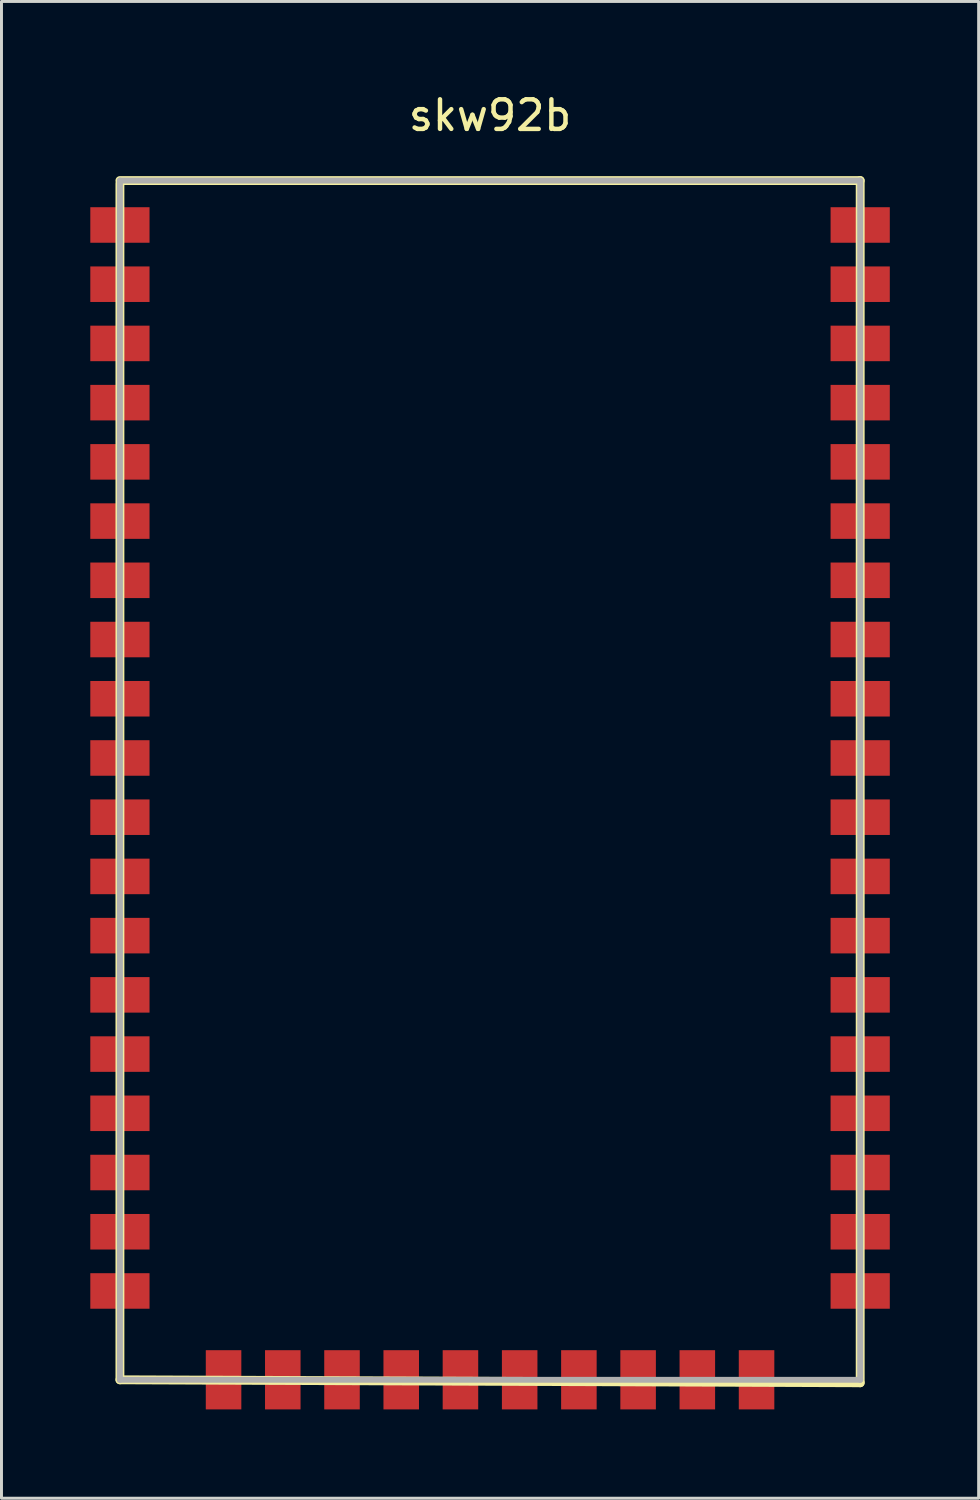
<source format=kicad_pcb>
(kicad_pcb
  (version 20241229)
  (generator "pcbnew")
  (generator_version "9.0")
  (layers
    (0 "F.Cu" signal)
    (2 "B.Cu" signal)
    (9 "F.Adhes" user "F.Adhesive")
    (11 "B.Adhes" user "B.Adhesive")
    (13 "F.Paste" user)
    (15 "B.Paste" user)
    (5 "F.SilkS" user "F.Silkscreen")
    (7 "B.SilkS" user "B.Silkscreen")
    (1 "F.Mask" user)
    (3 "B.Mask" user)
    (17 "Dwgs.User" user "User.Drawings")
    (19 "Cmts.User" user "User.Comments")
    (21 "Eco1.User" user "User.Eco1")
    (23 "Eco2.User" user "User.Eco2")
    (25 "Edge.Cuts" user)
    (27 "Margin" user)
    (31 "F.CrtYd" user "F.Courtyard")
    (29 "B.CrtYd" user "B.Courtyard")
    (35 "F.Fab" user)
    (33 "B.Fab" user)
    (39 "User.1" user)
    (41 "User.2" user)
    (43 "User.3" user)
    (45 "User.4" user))
  (footprint "skw92b"
    (layer "F.Cu")
    (at 13.5 22.548)
    (property "Reference" "skw92b" (at 0 -21.7 0) (layer "F.SilkS") (effects (font (size 1 1) (thickness 0.15))))
    (attr smd)
    (fp_line (start -12.5 -19.5) (end 12.5 -19.5) (stroke (width 0.3) (type solid)) (layer "F.SilkS"))
    (fp_line (start -12.5 -19.4) (end -12.5 -19.5) (stroke (width 0.12) (type solid)) (layer "F.SilkS"))
    (fp_line (start -12.5 21) (end -12.5 -19.4) (stroke (width 0.3) (type solid)) (layer "F.SilkS"))
    (fp_line (start 12.5 -19.5) (end 12.5 21.1) (stroke (width 0.3) (type solid)) (layer "F.SilkS"))
    (fp_line (start 12.5 21.1) (end -12.5 21) (stroke (width 0.3) (type solid)) (layer "F.SilkS"))
    (fp_line (start -12.5 -19.5) (end -12.5 21) (stroke (width 0.2) (type solid)) (layer "F.Fab"))
    (fp_line (start -12.5 -19.5) (end 12.5 -19.5) (stroke (width 0.2) (type solid)) (layer "F.Fab"))
    (fp_line (start -12.5 21) (end 12.5 21) (stroke (width 0.2) (type solid)) (layer "F.Fab"))
    (fp_line (start 12.5 -19.5) (end 12.5 21) (stroke (width 0.2) (type solid)) (layer "F.Fab"))
    (pad "1" smd rect (at -12.5 -18) (size 2 1.2) (layers "F.Cu" "F.Mask" "F.Paste"))
    (pad "2" smd rect (at -12.5 -16) (size 2 1.2) (layers "F.Cu" "F.Mask" "F.Paste"))
    (pad "3" smd rect (at -12.5 -14) (size 2 1.2) (layers "F.Cu" "F.Mask" "F.Paste"))
    (pad "4" smd rect (at -12.5 -12) (size 2 1.2) (layers "F.Cu" "F.Mask" "F.Paste"))
    (pad "5" smd rect (at -12.5 -10) (size 2 1.2) (layers "F.Cu" "F.Mask" "F.Paste"))
    (pad "6" smd rect (at -12.5 -8) (size 2 1.2) (layers "F.Cu" "F.Mask" "F.Paste"))
    (pad "7" smd rect (at -12.5 -6) (size 2 1.2) (layers "F.Cu" "F.Mask" "F.Paste"))
    (pad "8" smd rect (at -12.5 -4) (size 2 1.2) (layers "F.Cu" "F.Mask" "F.Paste"))
    (pad "9" smd rect (at -12.5 -2) (size 2 1.2) (layers "F.Cu" "F.Mask" "F.Paste"))
    (pad "10" smd rect (at -12.5 0) (size 2 1.2) (layers "F.Cu" "F.Mask" "F.Paste"))
    (pad "11" smd rect (at -12.5 2) (size 2 1.2) (layers "F.Cu" "F.Mask" "F.Paste"))
    (pad "12" smd rect (at -12.5 4) (size 2 1.2) (layers "F.Cu" "F.Mask" "F.Paste"))
    (pad "13" smd rect (at -12.5 6) (size 2 1.2) (layers "F.Cu" "F.Mask" "F.Paste"))
    (pad "14" smd rect (at -12.5 8) (size 2 1.2) (layers "F.Cu" "F.Mask" "F.Paste"))
    (pad "15" smd rect (at -12.5 10) (size 2 1.2) (layers "F.Cu" "F.Mask" "F.Paste"))
    (pad "16" smd rect (at -12.5 12) (size 2 1.2) (layers "F.Cu" "F.Mask" "F.Paste"))
    (pad "17" smd rect (at -12.5 14) (size 2 1.2) (layers "F.Cu" "F.Mask" "F.Paste"))
    (pad "18" smd rect (at -12.5 16) (size 2 1.2) (layers "F.Cu" "F.Mask" "F.Paste"))
    (pad "19" smd rect (at -12.5 18) (size 2 1.2) (layers "F.Cu" "F.Mask" "F.Paste"))
    (pad "20" smd rect (at -9 21) (size 1.2 2) (layers "F.Cu" "F.Mask" "F.Paste"))
    (pad "21" smd rect (at -7 21) (size 1.2 2) (layers "F.Cu" "F.Mask" "F.Paste"))
    (pad "22" smd rect (at -5 21) (size 1.2 2) (layers "F.Cu" "F.Mask" "F.Paste"))
    (pad "23" smd rect (at -3 21) (size 1.2 2) (layers "F.Cu" "F.Mask" "F.Paste"))
    (pad "24" smd rect (at -1 21) (size 1.2 2) (layers "F.Cu" "F.Mask" "F.Paste"))
    (pad "25" smd rect (at 1 21) (size 1.2 2) (layers "F.Cu" "F.Mask" "F.Paste"))
    (pad "26" smd rect (at 3 21) (size 1.2 2) (layers "F.Cu" "F.Mask" "F.Paste"))
    (pad "27" smd rect (at 5 21) (size 1.2 2) (layers "F.Cu" "F.Mask" "F.Paste"))
    (pad "28" smd rect (at 7 21) (size 1.2 2) (layers "F.Cu" "F.Mask" "F.Paste"))
    (pad "29" smd rect (at 9 21) (size 1.2 2) (layers "F.Cu" "F.Mask" "F.Paste"))
    (pad "30" smd rect (at 12.5 18) (size 2 1.2) (layers "F.Cu" "F.Mask" "F.Paste"))
    (pad "31" smd rect (at 12.5 16) (size 2 1.2) (layers "F.Cu" "F.Mask" "F.Paste"))
    (pad "32" smd rect (at 12.5 14) (size 2 1.2) (layers "F.Cu" "F.Mask" "F.Paste"))
    (pad "33" smd rect (at 12.5 12) (size 2 1.2) (layers "F.Cu" "F.Mask" "F.Paste"))
    (pad "34" smd rect (at 12.5 10) (size 2 1.2) (layers "F.Cu" "F.Mask" "F.Paste"))
    (pad "35" smd rect (at 12.5 8) (size 2 1.2) (layers "F.Cu" "F.Mask" "F.Paste"))
    (pad "36" smd rect (at 12.5 6) (size 2 1.2) (layers "F.Cu" "F.Mask" "F.Paste"))
    (pad "37" smd rect (at 12.5 4) (size 2 1.2) (layers "F.Cu" "F.Mask" "F.Paste"))
    (pad "38" smd rect (at 12.5 2) (size 2 1.2) (layers "F.Cu" "F.Mask" "F.Paste"))
    (pad "39" smd rect (at 12.5 0) (size 2 1.2) (layers "F.Cu" "F.Mask" "F.Paste"))
    (pad "40" smd rect (at 12.5 -2) (size 2 1.2) (layers "F.Cu" "F.Mask" "F.Paste"))
    (pad "41" smd rect (at 12.5 -4) (size 2 1.2) (layers "F.Cu" "F.Mask" "F.Paste"))
    (pad "42" smd rect (at 12.5 -6) (size 2 1.2) (layers "F.Cu" "F.Mask" "F.Paste"))
    (pad "43" smd rect (at 12.5 -8) (size 2 1.2) (layers "F.Cu" "F.Mask" "F.Paste"))
    (pad "44" smd rect (at 12.5 -10) (size 2 1.2) (layers "F.Cu" "F.Mask" "F.Paste"))
    (pad "45" smd rect (at 12.5 -12) (size 2 1.2) (layers "F.Cu" "F.Mask" "F.Paste"))
    (pad "46" smd rect (at 12.5 -14) (size 2 1.2) (layers "F.Cu" "F.Mask" "F.Paste"))
    (pad "47" smd rect (at 12.5 -16) (size 2 1.2) (layers "F.Cu" "F.Mask" "F.Paste"))
    (pad "48" smd rect (at 12.5 -18) (size 2 1.2) (layers "F.Cu" "F.Mask" "F.Paste")))
  (gr_rect
    (start -3 -3)
    (end 30 47.548)
    (stroke (width 0.1) (type default))
    (fill no)
    (layer "Edge.Cuts")))
</source>
